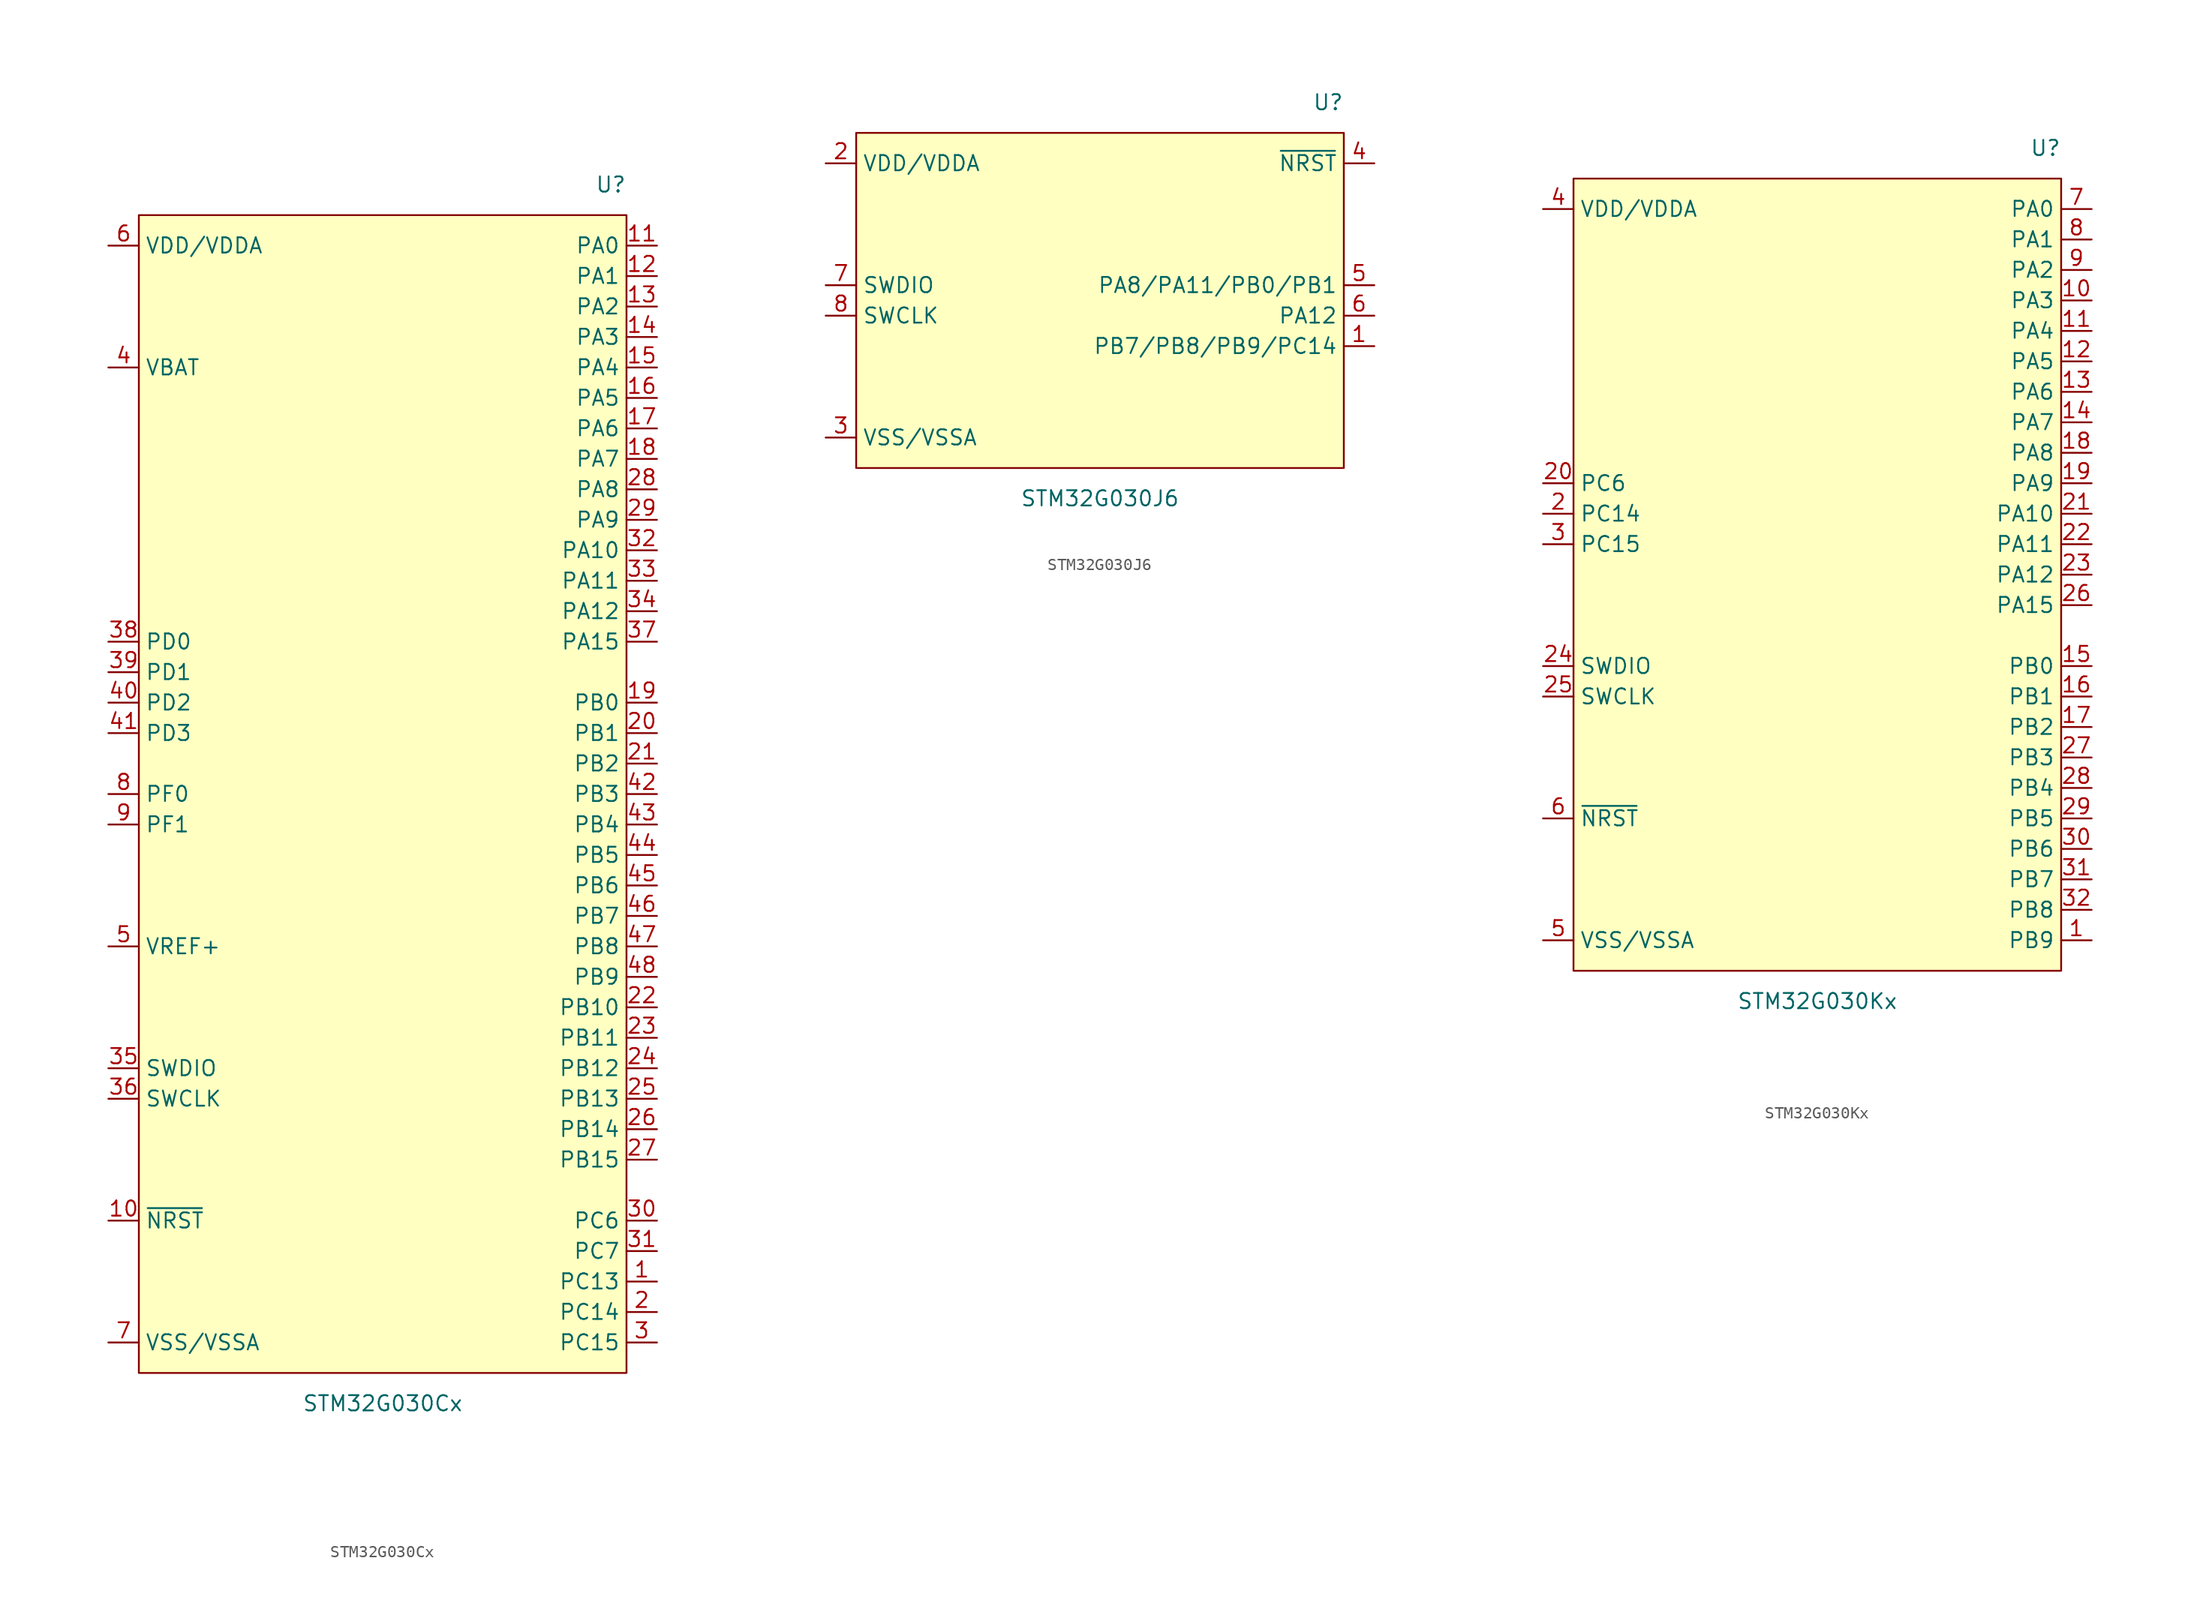
<source format=kicad_sym>
(kicad_symbol_lib
  (version 20231120)
  (generator "kicad_symbol_editor")
  (generator_version "8.0")
  (symbol "STM32G030Cx"
    (property "Reference" "U"
      (at 20.32 50.8 0)
      (effects (font (size 1.27 1.27)) (justify right)))
    (property "Value" "STM32G030Cx"
      (at 0 -50.8 0)
      (effects (font (size 1.27 1.27))))
    (symbol "STM32G030Cx_0_0"
      (pin bidirectional line (at 22.86 -40.64 180) (length 2.54) (name "PC13" (effects (font (size 1.27 1.27)))) (number "1" (effects (font (size 1.27 1.27)))))
      (pin bidirectional line (at 22.86 45.72 180) (length 2.54) (name "PA0" (effects (font (size 1.27 1.27)))) (number "11" (effects (font (size 1.27 1.27)))))
      (pin bidirectional line (at 22.86 43.18 180) (length 2.54) (name "PA1" (effects (font (size 1.27 1.27)))) (number "12" (effects (font (size 1.27 1.27)))))
      (pin bidirectional line (at 22.86 40.64 180) (length 2.54) (name "PA2" (effects (font (size 1.27 1.27)))) (number "13" (effects (font (size 1.27 1.27)))))
      (pin bidirectional line (at 22.86 38.1 180) (length 2.54) (name "PA3" (effects (font (size 1.27 1.27)))) (number "14" (effects (font (size 1.27 1.27)))))
      (pin bidirectional line (at 22.86 35.56 180) (length 2.54) (name "PA4" (effects (font (size 1.27 1.27)))) (number "15" (effects (font (size 1.27 1.27)))))
      (pin bidirectional line (at 22.86 33.02 180) (length 2.54) (name "PA5" (effects (font (size 1.27 1.27)))) (number "16" (effects (font (size 1.27 1.27)))))
      (pin bidirectional line (at 22.86 30.48 180) (length 2.54) (name "PA6" (effects (font (size 1.27 1.27)))) (number "17" (effects (font (size 1.27 1.27)))))
      (pin bidirectional line (at 22.86 27.94 180) (length 2.54) (name "PA7" (effects (font (size 1.27 1.27)))) (number "18" (effects (font (size 1.27 1.27)))))
      (pin bidirectional line (at 22.86 7.62 180) (length 2.54) (name "PB0" (effects (font (size 1.27 1.27)))) (number "19" (effects (font (size 1.27 1.27)))))
      (pin bidirectional line (at 22.86 -43.18 180) (length 2.54) (name "PC14" (effects (font (size 1.27 1.27)))) (number "2" (effects (font (size 1.27 1.27)))))
      (pin bidirectional line (at 22.86 5.08 180) (length 2.54) (name "PB1" (effects (font (size 1.27 1.27)))) (number "20" (effects (font (size 1.27 1.27)))))
      (pin bidirectional line (at 22.86 2.54 180) (length 2.54) (name "PB2" (effects (font (size 1.27 1.27)))) (number "21" (effects (font (size 1.27 1.27)))))
      (pin bidirectional line (at 22.86 -17.78 180) (length 2.54) (name "PB10" (effects (font (size 1.27 1.27)))) (number "22" (effects (font (size 1.27 1.27)))))
      (pin bidirectional line (at 22.86 -20.32 180) (length 2.54) (name "PB11" (effects (font (size 1.27 1.27)))) (number "23" (effects (font (size 1.27 1.27)))))
      (pin bidirectional line (at 22.86 -22.86 180) (length 2.54) (name "PB12" (effects (font (size 1.27 1.27)))) (number "24" (effects (font (size 1.27 1.27)))))
      (pin bidirectional line (at 22.86 -25.4 180) (length 2.54) (name "PB13" (effects (font (size 1.27 1.27)))) (number "25" (effects (font (size 1.27 1.27)))))
      (pin bidirectional line (at 22.86 -27.94 180) (length 2.54) (name "PB14" (effects (font (size 1.27 1.27)))) (number "26" (effects (font (size 1.27 1.27)))))
      (pin bidirectional line (at 22.86 -30.48 180) (length 2.54) (name "PB15" (effects (font (size 1.27 1.27)))) (number "27" (effects (font (size 1.27 1.27)))))
      (pin bidirectional line (at 22.86 25.4 180) (length 2.54) (name "PA8" (effects (font (size 1.27 1.27)))) (number "28" (effects (font (size 1.27 1.27)))))
      (pin bidirectional line (at 22.86 22.86 180) (length 2.54) (name "PA9" (effects (font (size 1.27 1.27)))) (number "29" (effects (font (size 1.27 1.27)))))
      (pin bidirectional line (at 22.86 -45.72 180) (length 2.54) (name "PC15" (effects (font (size 1.27 1.27)))) (number "3" (effects (font (size 1.27 1.27)))))
      (pin bidirectional line (at 22.86 -35.56 180) (length 2.54) (name "PC6" (effects (font (size 1.27 1.27)))) (number "30" (effects (font (size 1.27 1.27)))))
      (pin bidirectional line (at 22.86 -38.1 180) (length 2.54) (name "PC7" (effects (font (size 1.27 1.27)))) (number "31" (effects (font (size 1.27 1.27)))))
      (pin bidirectional line (at 22.86 20.32 180) (length 2.54) (name "PA10" (effects (font (size 1.27 1.27)))) (number "32" (effects (font (size 1.27 1.27)))))
      (pin bidirectional line (at 22.86 17.78 180) (length 2.54) (name "PA11" (effects (font (size 1.27 1.27)))) (number "33" (effects (font (size 1.27 1.27)))))
      (pin bidirectional line (at 22.86 15.24 180) (length 2.54) (name "PA12" (effects (font (size 1.27 1.27)))) (number "34" (effects (font (size 1.27 1.27)))))
      (pin bidirectional line (at 22.86 12.7 180) (length 2.54) (name "PA15" (effects (font (size 1.27 1.27)))) (number "37" (effects (font (size 1.27 1.27)))))
      (pin bidirectional line (at -22.86 12.7 0) (length 2.54) (name "PD0" (effects (font (size 1.27 1.27)))) (number "38" (effects (font (size 1.27 1.27)))))
      (pin bidirectional line (at -22.86 10.16 0) (length 2.54) (name "PD1" (effects (font (size 1.27 1.27)))) (number "39" (effects (font (size 1.27 1.27)))))
      (pin power_in line (at -22.86 35.56 0) (length 2.54) (name "VBAT" (effects (font (size 1.27 1.27)))) (number "4" (effects (font (size 1.27 1.27)))))
      (pin bidirectional line (at -22.86 7.62 0) (length 2.54) (name "PD2" (effects (font (size 1.27 1.27)))) (number "40" (effects (font (size 1.27 1.27)))))
      (pin bidirectional line (at -22.86 5.08 0) (length 2.54) (name "PD3" (effects (font (size 1.27 1.27)))) (number "41" (effects (font (size 1.27 1.27)))))
      (pin bidirectional line (at 22.86 0 180) (length 2.54) (name "PB3" (effects (font (size 1.27 1.27)))) (number "42" (effects (font (size 1.27 1.27)))))
      (pin bidirectional line (at 22.86 -2.54 180) (length 2.54) (name "PB4" (effects (font (size 1.27 1.27)))) (number "43" (effects (font (size 1.27 1.27)))))
      (pin bidirectional line (at 22.86 -5.08 180) (length 2.54) (name "PB5" (effects (font (size 1.27 1.27)))) (number "44" (effects (font (size 1.27 1.27)))))
      (pin bidirectional line (at 22.86 -7.62 180) (length 2.54) (name "PB6" (effects (font (size 1.27 1.27)))) (number "45" (effects (font (size 1.27 1.27)))))
      (pin bidirectional line (at 22.86 -10.16 180) (length 2.54) (name "PB7" (effects (font (size 1.27 1.27)))) (number "46" (effects (font (size 1.27 1.27)))))
      (pin bidirectional line (at 22.86 -12.7 180) (length 2.54) (name "PB8" (effects (font (size 1.27 1.27)))) (number "47" (effects (font (size 1.27 1.27)))))
      (pin bidirectional line (at 22.86 -15.24 180) (length 2.54) (name "PB9" (effects (font (size 1.27 1.27)))) (number "48" (effects (font (size 1.27 1.27)))))
      (pin power_in line (at -22.86 -12.7 0) (length 2.54) (name "VREF+" (effects (font (size 1.27 1.27)))) (number "5" (effects (font (size 1.27 1.27)))))
      (pin power_in line (at -22.86 45.72 0) (length 2.54) (name "VDD/VDDA" (effects (font (size 1.27 1.27)))) (number "6" (effects (font (size 1.27 1.27)))))
      (pin power_in line (at -22.86 -45.72 0) (length 2.54) (name "VSS/VSSA" (effects (font (size 1.27 1.27)))) (number "7" (effects (font (size 1.27 1.27)))))
      (pin bidirectional line (at -22.86 0 0) (length 2.54) (name "PF0" (effects (font (size 1.27 1.27)))) (number "8" (effects (font (size 1.27 1.27)))))
      (pin bidirectional line (at -22.86 -2.54 0) (length 2.54) (name "PF1" (effects (font (size 1.27 1.27)))) (number "9" (effects (font (size 1.27 1.27))))))
    (symbol "STM32G030Cx_1_0"
      (pin bidirectional line (at -22.86 -35.56 0) (length 2.54) (name "~{NRST}" (effects (font (size 1.27 1.27)))) (number "10" (effects (font (size 1.27 1.27)))))
      (pin bidirectional line (at -22.86 -22.86 0) (length 2.54) (name "SWDIO" (effects (font (size 1.27 1.27)))) (number "35" (effects (font (size 1.27 1.27)))))
      (pin bidirectional line (at -22.86 -25.4 0) (length 2.54) (name "SWCLK" (effects (font (size 1.27 1.27)))) (number "36" (effects (font (size 1.27 1.27))))))
    (symbol "STM32G030Cx_1_1"
      (rectangle (start -20.32 48.26) (end 20.32 -48.26) (stroke (width 0) (type default)) (fill (type background)))))
  (symbol "STM32G030J6"
    (property "Reference" "U"
      (at 20.32 16.51 0)
      (effects (font (size 1.27 1.27)) (justify right)))
    (property "Value" "STM32G030J6"
      (at 0 -16.51 0)
      (effects (font (size 1.27 1.27))))
    (symbol "STM32G030J6_0_0"
      (pin power_in line (at -22.86 11.43 0) (length 2.54) (name "VDD/VDDA" (effects (font (size 1.27 1.27)))) (number "2" (effects (font (size 1.27 1.27)))))
      (pin power_in line (at -22.86 -11.43 0) (length 2.54) (name "VSS/VSSA" (effects (font (size 1.27 1.27)))) (number "3" (effects (font (size 1.27 1.27))))))
    (symbol "STM32G030J6_1_0"
      (pin bidirectional line (at 22.86 -3.81 180) (length 2.54) (name "PB7/PB8/PB9/PC14" (effects (font (size 1.27 1.27)))) (number "1" (effects (font (size 1.27 1.27)))))
      (pin bidirectional line (at 22.86 11.43 180) (length 2.54) (name "~{NRST}" (effects (font (size 1.27 1.27)))) (number "4" (effects (font (size 1.27 1.27)))))
      (pin bidirectional line (at 22.86 1.27 180) (length 2.54) (name "PA8/PA11/PB0/PB1" (effects (font (size 1.27 1.27)))) (number "5" (effects (font (size 1.27 1.27)))))
      (pin bidirectional line (at 22.86 -1.27 180) (length 2.54) (name "PA12" (effects (font (size 1.27 1.27)))) (number "6" (effects (font (size 1.27 1.27)))))
      (pin bidirectional line (at -22.86 1.27 0) (length 2.54) (name "SWDIO" (effects (font (size 1.27 1.27)))) (number "7" (effects (font (size 1.27 1.27)))))
      (pin bidirectional line (at -22.86 -1.27 0) (length 2.54) (name "SWCLK" (effects (font (size 1.27 1.27)))) (number "8" (effects (font (size 1.27 1.27))))))
    (symbol "STM32G030J6_1_1"
      (rectangle (start -20.32 13.97) (end 20.32 -13.97) (stroke (width 0) (type default)) (fill (type background)))))
  (symbol "STM32G030Kx"
    (property "Reference" "U"
      (at 20.32 35.56 0)
      (effects (font (size 1.27 1.27)) (justify right)))
    (property "Value" "STM32G030Kx"
      (at 0 -35.56 0)
      (effects (font (size 1.27 1.27))))
    (symbol "STM32G030Kx_0_0"
      (pin bidirectional line (at 22.86 -30.48 180) (length 2.54) (name "PB9" (effects (font (size 1.27 1.27)))) (number "1" (effects (font (size 1.27 1.27)))))
      (pin bidirectional line (at 22.86 22.86 180) (length 2.54) (name "PA3" (effects (font (size 1.27 1.27)))) (number "10" (effects (font (size 1.27 1.27)))))
      (pin bidirectional line (at 22.86 20.32 180) (length 2.54) (name "PA4" (effects (font (size 1.27 1.27)))) (number "11" (effects (font (size 1.27 1.27)))))
      (pin bidirectional line (at 22.86 17.78 180) (length 2.54) (name "PA5" (effects (font (size 1.27 1.27)))) (number "12" (effects (font (size 1.27 1.27)))))
      (pin bidirectional line (at 22.86 15.24 180) (length 2.54) (name "PA6" (effects (font (size 1.27 1.27)))) (number "13" (effects (font (size 1.27 1.27)))))
      (pin bidirectional line (at 22.86 12.7 180) (length 2.54) (name "PA7" (effects (font (size 1.27 1.27)))) (number "14" (effects (font (size 1.27 1.27)))))
      (pin bidirectional line (at 22.86 -7.62 180) (length 2.54) (name "PB0" (effects (font (size 1.27 1.27)))) (number "15" (effects (font (size 1.27 1.27)))))
      (pin bidirectional line (at 22.86 -10.16 180) (length 2.54) (name "PB1" (effects (font (size 1.27 1.27)))) (number "16" (effects (font (size 1.27 1.27)))))
      (pin bidirectional line (at 22.86 -12.7 180) (length 2.54) (name "PB2" (effects (font (size 1.27 1.27)))) (number "17" (effects (font (size 1.27 1.27)))))
      (pin bidirectional line (at 22.86 10.16 180) (length 2.54) (name "PA8" (effects (font (size 1.27 1.27)))) (number "18" (effects (font (size 1.27 1.27)))))
      (pin bidirectional line (at 22.86 7.62 180) (length 2.54) (name "PA9" (effects (font (size 1.27 1.27)))) (number "19" (effects (font (size 1.27 1.27)))))
      (pin bidirectional line (at -22.86 5.08 0) (length 2.54) (name "PC14" (effects (font (size 1.27 1.27)))) (number "2" (effects (font (size 1.27 1.27)))))
      (pin bidirectional line (at -22.86 7.62 0) (length 2.54) (name "PC6" (effects (font (size 1.27 1.27)))) (number "20" (effects (font (size 1.27 1.27)))))
      (pin bidirectional line (at 22.86 5.08 180) (length 2.54) (name "PA10" (effects (font (size 1.27 1.27)))) (number "21" (effects (font (size 1.27 1.27)))))
      (pin bidirectional line (at 22.86 -2.54 180) (length 2.54) (name "PA15" (effects (font (size 1.27 1.27)))) (number "26" (effects (font (size 1.27 1.27)))))
      (pin bidirectional line (at 22.86 -15.24 180) (length 2.54) (name "PB3" (effects (font (size 1.27 1.27)))) (number "27" (effects (font (size 1.27 1.27)))))
      (pin bidirectional line (at 22.86 -17.78 180) (length 2.54) (name "PB4" (effects (font (size 1.27 1.27)))) (number "28" (effects (font (size 1.27 1.27)))))
      (pin bidirectional line (at 22.86 -20.32 180) (length 2.54) (name "PB5" (effects (font (size 1.27 1.27)))) (number "29" (effects (font (size 1.27 1.27)))))
      (pin bidirectional line (at -22.86 2.54 0) (length 2.54) (name "PC15" (effects (font (size 1.27 1.27)))) (number "3" (effects (font (size 1.27 1.27)))))
      (pin bidirectional line (at 22.86 -22.86 180) (length 2.54) (name "PB6" (effects (font (size 1.27 1.27)))) (number "30" (effects (font (size 1.27 1.27)))))
      (pin bidirectional line (at 22.86 -25.4 180) (length 2.54) (name "PB7" (effects (font (size 1.27 1.27)))) (number "31" (effects (font (size 1.27 1.27)))))
      (pin bidirectional line (at 22.86 -27.94 180) (length 2.54) (name "PB8" (effects (font (size 1.27 1.27)))) (number "32" (effects (font (size 1.27 1.27)))))
      (pin power_in line (at -22.86 30.48 0) (length 2.54) (name "VDD/VDDA" (effects (font (size 1.27 1.27)))) (number "4" (effects (font (size 1.27 1.27)))))
      (pin power_in line (at -22.86 -30.48 0) (length 2.54) (name "VSS/VSSA" (effects (font (size 1.27 1.27)))) (number "5" (effects (font (size 1.27 1.27)))))
      (pin bidirectional line (at 22.86 30.48 180) (length 2.54) (name "PA0" (effects (font (size 1.27 1.27)))) (number "7" (effects (font (size 1.27 1.27)))))
      (pin bidirectional line (at 22.86 27.94 180) (length 2.54) (name "PA1" (effects (font (size 1.27 1.27)))) (number "8" (effects (font (size 1.27 1.27)))))
      (pin bidirectional line (at 22.86 25.4 180) (length 2.54) (name "PA2" (effects (font (size 1.27 1.27)))) (number "9" (effects (font (size 1.27 1.27))))))
    (symbol "STM32G030Kx_1_0"
      (pin bidirectional line (at 22.86 2.54 180) (length 2.54) (name "PA11" (effects (font (size 1.27 1.27)))) (number "22" (effects (font (size 1.27 1.27)))))
      (pin bidirectional line (at 22.86 0 180) (length 2.54) (name "PA12" (effects (font (size 1.27 1.27)))) (number "23" (effects (font (size 1.27 1.27)))))
      (pin bidirectional line (at -22.86 -7.62 0) (length 2.54) (name "SWDIO" (effects (font (size 1.27 1.27)))) (number "24" (effects (font (size 1.27 1.27)))))
      (pin bidirectional line (at -22.86 -10.16 0) (length 2.54) (name "SWCLK" (effects (font (size 1.27 1.27)))) (number "25" (effects (font (size 1.27 1.27)))))
      (pin bidirectional line (at -22.86 -20.32 0) (length 2.54) (name "~{NRST}" (effects (font (size 1.27 1.27)))) (number "6" (effects (font (size 1.27 1.27))))))
    (symbol "STM32G030Kx_1_1"
      (rectangle (start -20.32 33.02) (end 20.32 -33.02) (stroke (width 0) (type default)) (fill (type background))))))
</source>
